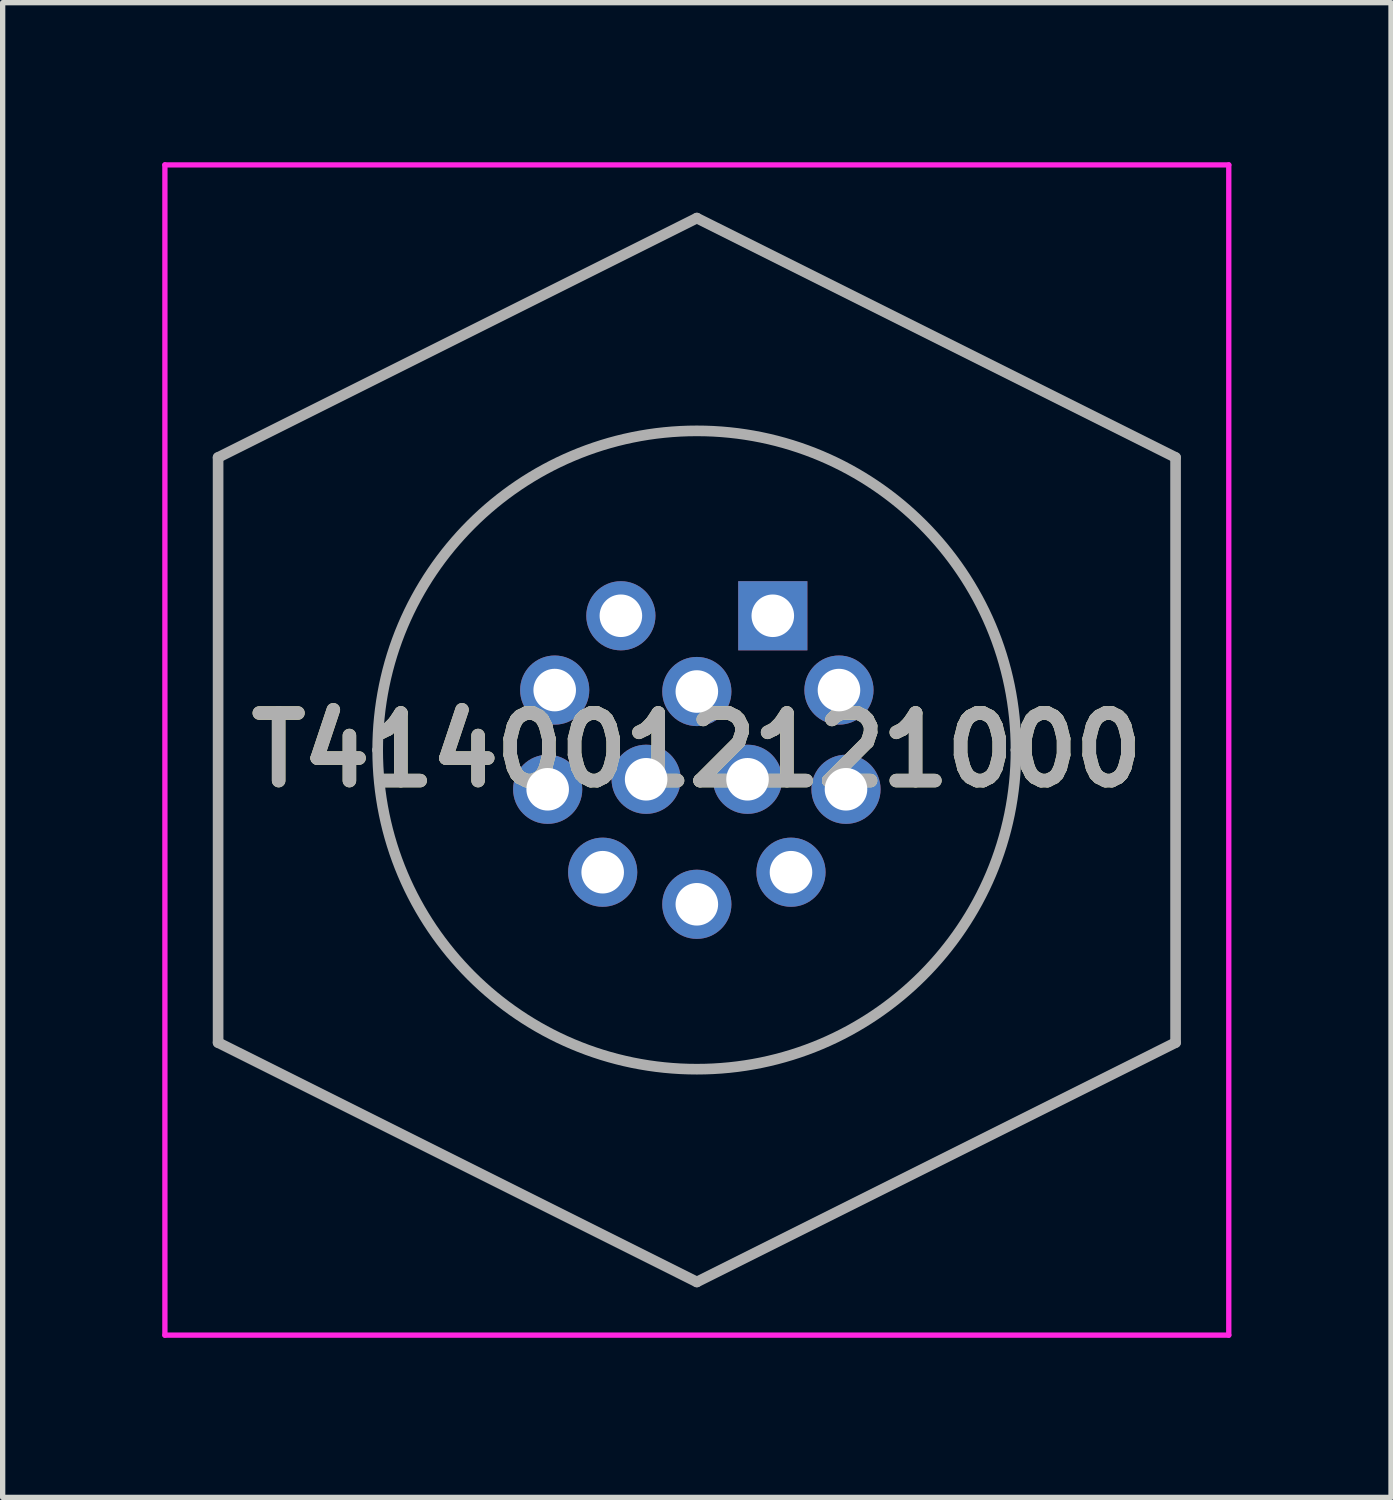
<source format=kicad_pcb>
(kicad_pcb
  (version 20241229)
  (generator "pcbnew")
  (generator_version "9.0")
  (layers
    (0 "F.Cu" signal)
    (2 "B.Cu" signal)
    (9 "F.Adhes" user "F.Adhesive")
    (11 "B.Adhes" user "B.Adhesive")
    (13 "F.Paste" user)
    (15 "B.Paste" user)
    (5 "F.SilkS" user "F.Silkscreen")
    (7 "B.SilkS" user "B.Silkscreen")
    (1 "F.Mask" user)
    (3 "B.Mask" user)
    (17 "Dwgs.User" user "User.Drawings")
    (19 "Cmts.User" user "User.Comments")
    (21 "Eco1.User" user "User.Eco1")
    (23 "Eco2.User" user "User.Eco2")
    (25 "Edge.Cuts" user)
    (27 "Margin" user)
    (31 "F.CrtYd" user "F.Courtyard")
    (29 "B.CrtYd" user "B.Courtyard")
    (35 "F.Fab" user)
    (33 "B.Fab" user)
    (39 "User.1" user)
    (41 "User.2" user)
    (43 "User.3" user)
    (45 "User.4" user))
  (footprint "T4140012121000"
    (layer "F.Cu")
    (at 11.478 8.526)
    (property "Reference" "T4140012121000" (at -1.428 2.524 0) (layer "F.SilkS") (effects (font (size 1.27 1.27) (thickness 0.254))))
    (attr through_hole)
    (fp_line (start -10.428 -2.976) (end -10.428 8.024) (stroke (width 0.1) (type solid)) (layer "F.SilkS"))
    (fp_line (start -10.428 8.024) (end -1.428 12.524) (stroke (width 0.1) (type solid)) (layer "F.SilkS"))
    (fp_line (start -1.428 -7.476) (end -10.428 -2.976) (stroke (width 0.1) (type solid)) (layer "F.SilkS"))
    (fp_line (start -1.428 12.524) (end 7.572 8.024) (stroke (width 0.1) (type solid)) (layer "F.SilkS"))
    (fp_line (start 7.572 -2.976) (end -1.428 -7.476) (stroke (width 0.1) (type solid)) (layer "F.SilkS"))
    (fp_line (start 7.572 8.024) (end 7.572 -2.976) (stroke (width 0.1) (type solid)) (layer "F.SilkS"))
    (fp_line (start -11.428 -8.476) (end 8.572 -8.476) (stroke (width 0.1) (type solid)) (layer "F.CrtYd"))
    (fp_line (start -11.428 13.524) (end -11.428 -8.476) (stroke (width 0.1) (type solid)) (layer "F.CrtYd"))
    (fp_line (start 8.572 -8.476) (end 8.572 13.524) (stroke (width 0.1) (type solid)) (layer "F.CrtYd"))
    (fp_line (start 8.572 13.524) (end -11.428 13.524) (stroke (width 0.1) (type solid)) (layer "F.CrtYd"))
    (fp_line (start -10.428 -2.976) (end -10.428 8.024) (stroke (width 0.2) (type solid)) (layer "F.Fab"))
    (fp_line (start -10.428 8.024) (end -1.428 12.524) (stroke (width 0.2) (type solid)) (layer "F.Fab"))
    (fp_line (start -7.428 2.524) (end -7.428 2.524) (stroke (width 0.2) (type solid)) (layer "F.Fab"))
    (fp_line (start -1.428 -7.476) (end -10.428 -2.976) (stroke (width 0.2) (type solid)) (layer "F.Fab"))
    (fp_line (start -1.428 12.524) (end 7.572 8.024) (stroke (width 0.2) (type solid)) (layer "F.Fab"))
    (fp_line (start 4.572 2.524) (end 4.572 2.524) (stroke (width 0.2) (type solid)) (layer "F.Fab"))
    (fp_line (start 7.572 -2.976) (end -1.428 -7.476) (stroke (width 0.2) (type solid)) (layer "F.Fab"))
    (fp_line (start 7.572 8.024) (end 7.572 -2.976) (stroke (width 0.2) (type solid)) (layer "F.Fab"))
    (fp_arc (start -7.428 2.524) (mid -1.428 -3.476) (end 4.572 2.524) (stroke (width 0.2) (type solid)) (layer "F.Fab"))
    (fp_arc (start 4.572 2.524) (mid -1.428 8.524) (end -7.428 2.524) (stroke (width 0.2) (type solid)) (layer "F.Fab"))
    (fp_text user "${REFERENCE}" (at -1.428 2.524 0) (layer "F.Fab") (effects (font (size 1.27 1.27) (thickness 0.254))))
    (pad "1" thru_hole rect (at 0 0) (size 1.3 1.3) (drill 0.8) (layers "*.Cu" "*.Mask"))
    (pad "2" thru_hole circle (at -2.856 0) (size 1.3 1.3) (drill 0.8) (layers "*.Cu" "*.Mask"))
    (pad "3" thru_hole circle (at -4.1 1.397) (size 1.3 1.3) (drill 0.8) (layers "*.Cu" "*.Mask"))
    (pad "4" thru_hole circle (at -4.232 3.262) (size 1.3 1.3) (drill 0.8) (layers "*.Cu" "*.Mask"))
    (pad "5" thru_hole circle (at -3.198 4.821) (size 1.3 1.3) (drill 0.8) (layers "*.Cu" "*.Mask"))
    (pad "6" thru_hole circle (at -1.428 5.424) (size 1.3 1.3) (drill 0.8) (layers "*.Cu" "*.Mask"))
    (pad "7" thru_hole circle (at 0.342 4.821) (size 1.3 1.3) (drill 0.8) (layers "*.Cu" "*.Mask"))
    (pad "8" thru_hole circle (at 1.376 3.262) (size 1.3 1.3) (drill 0.8) (layers "*.Cu" "*.Mask"))
    (pad "9" thru_hole circle (at 1.244 1.397) (size 1.3 1.3) (drill 0.8) (layers "*.Cu" "*.Mask"))
    (pad "10" thru_hole circle (at -1.428 1.424) (size 1.3 1.3) (drill 0.8) (layers "*.Cu" "*.Mask"))
    (pad "11" thru_hole circle (at -2.381 3.074) (size 1.3 1.3) (drill 0.8) (layers "*.Cu" "*.Mask"))
    (pad "12" thru_hole circle (at -0.475 3.074) (size 1.3 1.3) (drill 0.8) (layers "*.Cu" "*.Mask")))
  (gr_rect
    (start -3 -3)
    (end 23.1 25.1)
    (stroke (width 0.1) (type default))
    (fill no)
    (layer "Edge.Cuts")))
</source>
